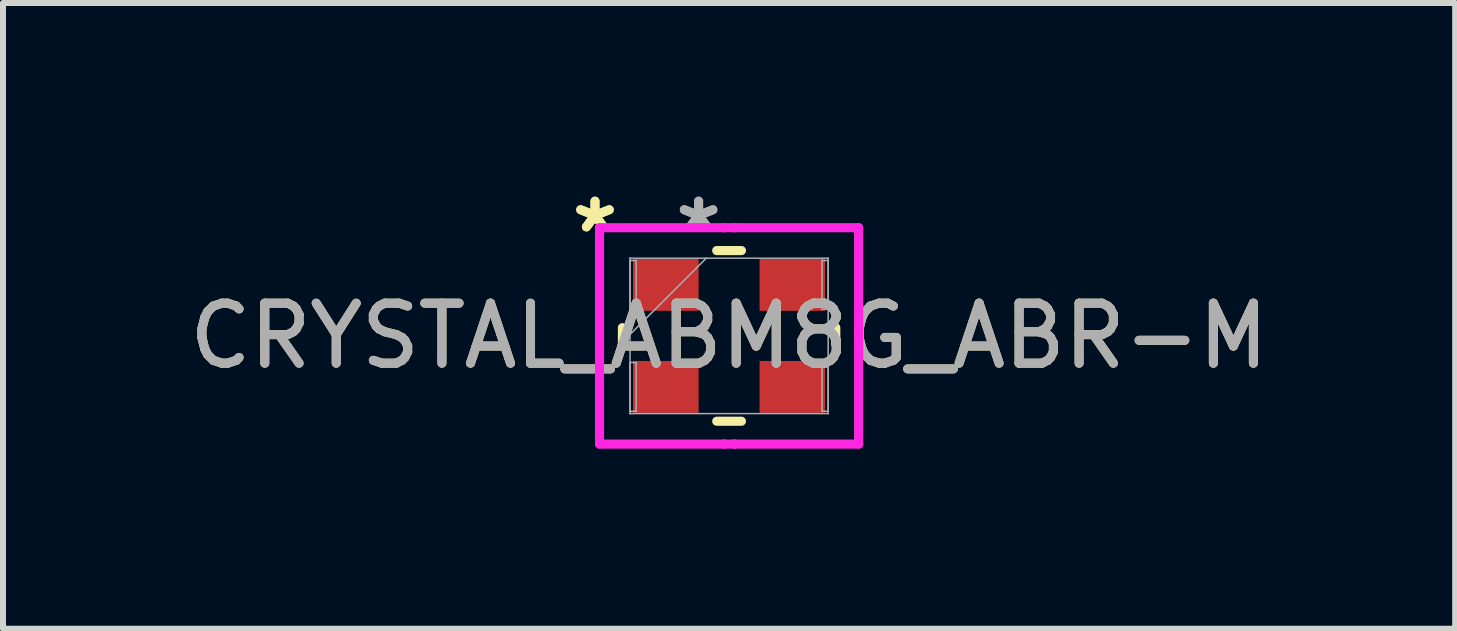
<source format=kicad_pcb>
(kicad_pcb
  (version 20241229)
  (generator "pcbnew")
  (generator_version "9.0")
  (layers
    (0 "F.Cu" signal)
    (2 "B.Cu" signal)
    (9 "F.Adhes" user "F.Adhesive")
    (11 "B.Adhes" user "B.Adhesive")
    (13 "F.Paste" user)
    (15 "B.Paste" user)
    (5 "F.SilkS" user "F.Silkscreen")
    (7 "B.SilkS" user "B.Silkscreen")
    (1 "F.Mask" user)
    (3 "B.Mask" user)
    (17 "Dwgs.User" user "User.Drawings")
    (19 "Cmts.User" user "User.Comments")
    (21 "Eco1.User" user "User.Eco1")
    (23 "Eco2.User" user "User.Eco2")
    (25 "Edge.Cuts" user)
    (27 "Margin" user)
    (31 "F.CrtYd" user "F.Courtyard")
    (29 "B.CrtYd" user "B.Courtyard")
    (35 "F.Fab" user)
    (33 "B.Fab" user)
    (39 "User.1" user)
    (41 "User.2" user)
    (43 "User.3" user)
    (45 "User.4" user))
  (footprint "CRYSTAL_ABM8G_ABR-M"
    (layer "F.Cu")
    (at 9.101 2.548)
    (property "Reference" "CRYSTAL_ABM8G_ABR-M" (at 0 0 0) (unlocked yes) (layer "F.SilkS") (effects (font (size 1 1) (thickness 0.15))))
    (attr smd)
    (fp_line (start -1.778 -0.137) (end -1.778 0.137) (stroke (width 0.152) (type solid)) (layer "F.SilkS"))
    (fp_line (start -0.206 1.422) (end 0.206 1.422) (stroke (width 0.152) (type solid)) (layer "F.SilkS"))
    (fp_line (start 0.206 -1.422) (end -0.206 -1.422) (stroke (width 0.152) (type solid)) (layer "F.SilkS"))
    (fp_line (start 1.778 0.137) (end 1.778 -0.137) (stroke (width 0.152) (type solid)) (layer "F.SilkS"))
    (fp_line (start -2.159 -1.803) (end -0.09 -1.803) (stroke (width 0.152) (type solid)) (layer "F.CrtYd"))
    (fp_line (start -2.159 -1.79) (end -2.159 -1.803) (stroke (width 0.152) (type solid)) (layer "F.CrtYd"))
    (fp_line (start -2.159 -1.79) (end -2.159 -1.79) (stroke (width 0.152) (type solid)) (layer "F.CrtYd"))
    (fp_line (start -2.159 1.79) (end -2.159 -1.79) (stroke (width 0.152) (type solid)) (layer "F.CrtYd"))
    (fp_line (start -2.159 1.79) (end -2.159 1.79) (stroke (width 0.152) (type solid)) (layer "F.CrtYd"))
    (fp_line (start -2.159 1.803) (end -2.159 1.79) (stroke (width 0.152) (type solid)) (layer "F.CrtYd"))
    (fp_line (start -0.09 -1.803) (end -0.09 -1.803) (stroke (width 0.152) (type solid)) (layer "F.CrtYd"))
    (fp_line (start -0.09 -1.803) (end 0.09 -1.803) (stroke (width 0.152) (type solid)) (layer "F.CrtYd"))
    (fp_line (start -0.09 1.803) (end -2.159 1.803) (stroke (width 0.152) (type solid)) (layer "F.CrtYd"))
    (fp_line (start -0.09 1.803) (end -0.09 1.803) (stroke (width 0.152) (type solid)) (layer "F.CrtYd"))
    (fp_line (start 0.09 -1.803) (end 0.09 -1.803) (stroke (width 0.152) (type solid)) (layer "F.CrtYd"))
    (fp_line (start 0.09 -1.803) (end 2.159 -1.803) (stroke (width 0.152) (type solid)) (layer "F.CrtYd"))
    (fp_line (start 0.09 1.803) (end -0.09 1.803) (stroke (width 0.152) (type solid)) (layer "F.CrtYd"))
    (fp_line (start 0.09 1.803) (end 0.09 1.803) (stroke (width 0.152) (type solid)) (layer "F.CrtYd"))
    (fp_line (start 2.159 -1.803) (end 2.159 -1.79) (stroke (width 0.152) (type solid)) (layer "F.CrtYd"))
    (fp_line (start 2.159 -1.79) (end 2.159 -1.79) (stroke (width 0.152) (type solid)) (layer "F.CrtYd"))
    (fp_line (start 2.159 -1.79) (end 2.159 1.79) (stroke (width 0.152) (type solid)) (layer "F.CrtYd"))
    (fp_line (start 2.159 1.79) (end 2.159 1.79) (stroke (width 0.152) (type solid)) (layer "F.CrtYd"))
    (fp_line (start 2.159 1.79) (end 2.159 1.803) (stroke (width 0.152) (type solid)) (layer "F.CrtYd"))
    (fp_line (start 2.159 1.803) (end 0.09 1.803) (stroke (width 0.152) (type solid)) (layer "F.CrtYd"))
    (fp_line (start -1.651 -1.295) (end -1.651 -1.295) (stroke (width 0.025) (type solid)) (layer "F.Fab"))
    (fp_line (start -1.651 -1.295) (end -1.651 1.295) (stroke (width 0.025) (type solid)) (layer "F.Fab"))
    (fp_line (start -1.651 -1.256) (end -1.549 -1.256) (stroke (width 0.025) (type solid)) (layer "F.Fab"))
    (fp_line (start -1.651 -0.444) (end -1.651 -1.256) (stroke (width 0.025) (type solid)) (layer "F.Fab"))
    (fp_line (start -1.651 -0.025) (end -0.381 -1.295) (stroke (width 0.025) (type solid)) (layer "F.Fab"))
    (fp_line (start -1.651 0.444) (end -1.549 0.444) (stroke (width 0.025) (type solid)) (layer "F.Fab"))
    (fp_line (start -1.651 1.256) (end -1.651 0.444) (stroke (width 0.025) (type solid)) (layer "F.Fab"))
    (fp_line (start -1.651 1.295) (end -1.651 1.295) (stroke (width 0.025) (type solid)) (layer "F.Fab"))
    (fp_line (start -1.651 1.295) (end 1.651 1.295) (stroke (width 0.025) (type solid)) (layer "F.Fab"))
    (fp_line (start -1.549 -1.256) (end -1.549 -0.444) (stroke (width 0.025) (type solid)) (layer "F.Fab"))
    (fp_line (start -1.549 -0.444) (end -1.651 -0.444) (stroke (width 0.025) (type solid)) (layer "F.Fab"))
    (fp_line (start -1.549 0.444) (end -1.549 1.256) (stroke (width 0.025) (type solid)) (layer "F.Fab"))
    (fp_line (start -1.549 1.256) (end -1.651 1.256) (stroke (width 0.025) (type solid)) (layer "F.Fab"))
    (fp_line (start 1.549 -1.256) (end 1.651 -1.256) (stroke (width 0.025) (type solid)) (layer "F.Fab"))
    (fp_line (start 1.549 -0.444) (end 1.549 -1.256) (stroke (width 0.025) (type solid)) (layer "F.Fab"))
    (fp_line (start 1.549 0.444) (end 1.651 0.444) (stroke (width 0.025) (type solid)) (layer "F.Fab"))
    (fp_line (start 1.549 1.256) (end 1.549 0.444) (stroke (width 0.025) (type solid)) (layer "F.Fab"))
    (fp_line (start 1.651 -1.295) (end -1.651 -1.295) (stroke (width 0.025) (type solid)) (layer "F.Fab"))
    (fp_line (start 1.651 -1.295) (end 1.651 -1.295) (stroke (width 0.025) (type solid)) (layer "F.Fab"))
    (fp_line (start 1.651 -1.256) (end 1.651 -0.444) (stroke (width 0.025) (type solid)) (layer "F.Fab"))
    (fp_line (start 1.651 -0.444) (end 1.549 -0.444) (stroke (width 0.025) (type solid)) (layer "F.Fab"))
    (fp_line (start 1.651 0.444) (end 1.651 1.256) (stroke (width 0.025) (type solid)) (layer "F.Fab"))
    (fp_line (start 1.651 1.256) (end 1.549 1.256) (stroke (width 0.025) (type solid)) (layer "F.Fab"))
    (fp_line (start 1.651 1.295) (end 1.651 -1.295) (stroke (width 0.025) (type solid)) (layer "F.Fab"))
    (fp_line (start 1.651 1.295) (end 1.651 1.295) (stroke (width 0.025) (type solid)) (layer "F.Fab"))
    (fp_text user "*" (at -2.235 -1.7 0) (layer "F.SilkS") (effects (font (size 1 1) (thickness 0.15))))
    (fp_text user "*" (at -2.235 -1.7 0) (unlocked yes) (layer "F.SilkS") (effects (font (size 1 1) (thickness 0.15))))
    (fp_text user "${REFERENCE}" (at 0 0 0) (unlocked yes) (layer "F.Fab") (effects (font (size 1 1) (thickness 0.15))))
    (fp_text user "*" (at -0.508 -1.7 0) (unlocked yes) (layer "F.Fab") (effects (font (size 1 1) (thickness 0.15))))
    (fp_text user "*" (at -0.508 -1.7 0) (layer "F.Fab") (effects (font (size 1 1) (thickness 0.15))))
    (pad "1" smd rect (at -1.054 -0.85 90) (size 0.864 1.092) (layers "F.Cu" "F.Mask" "F.Paste"))
    (pad "2" smd rect (at -1.054 0.85 90) (size 0.864 1.092) (layers "F.Cu" "F.Mask" "F.Paste"))
    (pad "3" smd rect (at 1.054 0.85 90) (size 0.864 1.092) (layers "F.Cu" "F.Mask" "F.Paste"))
    (pad "4" smd rect (at 1.054 -0.85 90) (size 0.864 1.092) (layers "F.Cu" "F.Mask" "F.Paste")))
  (gr_rect
    (start -3 -3)
    (end 21.202 7.428)
    (stroke (width 0.1) (type default))
    (fill no)
    (layer "Edge.Cuts")))
</source>
